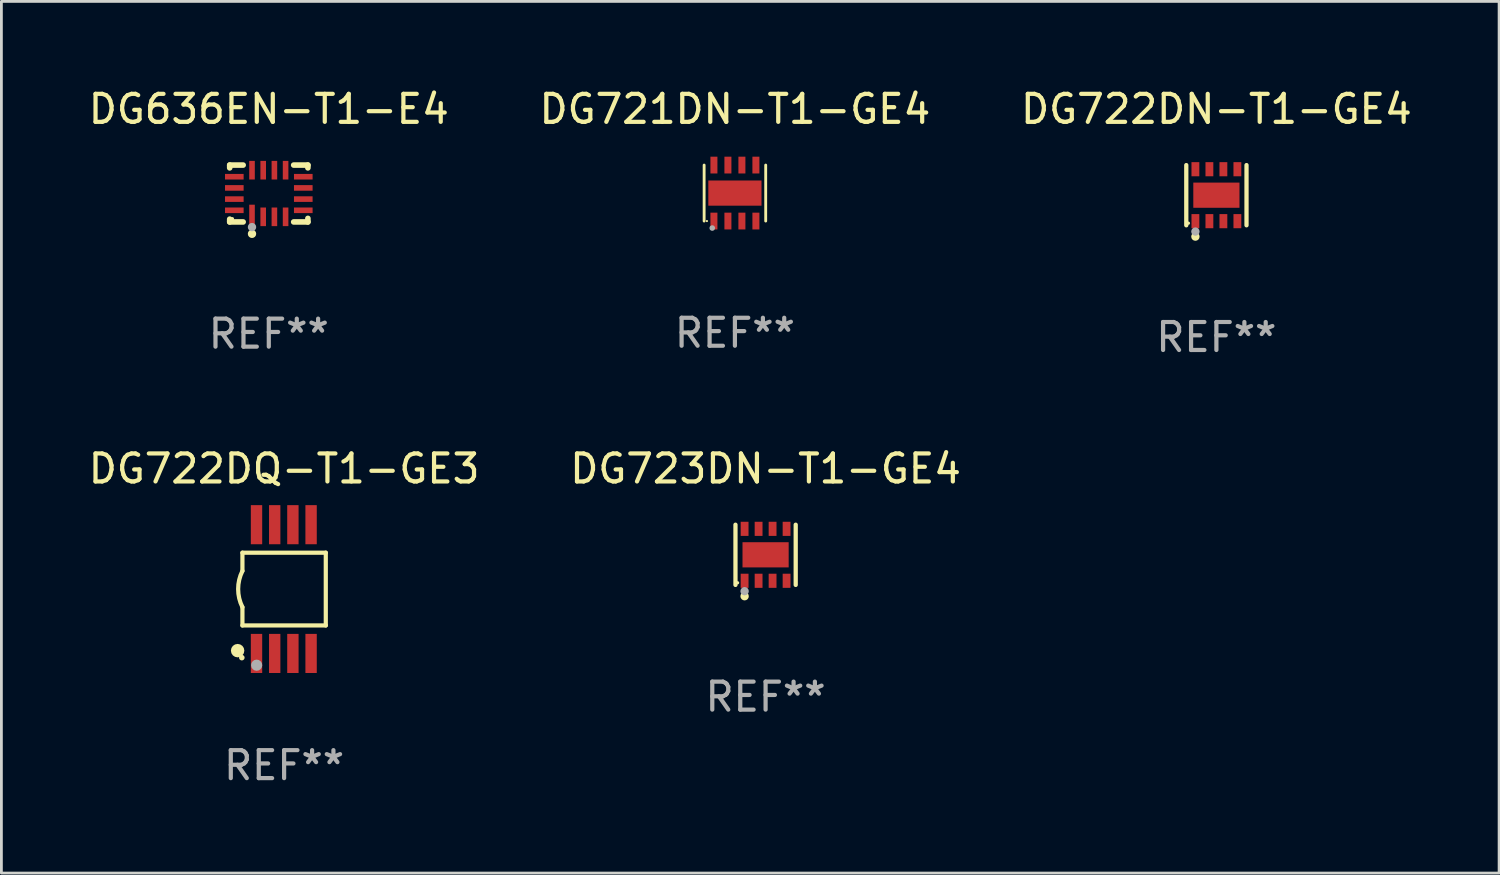
<source format=kicad_pcb>
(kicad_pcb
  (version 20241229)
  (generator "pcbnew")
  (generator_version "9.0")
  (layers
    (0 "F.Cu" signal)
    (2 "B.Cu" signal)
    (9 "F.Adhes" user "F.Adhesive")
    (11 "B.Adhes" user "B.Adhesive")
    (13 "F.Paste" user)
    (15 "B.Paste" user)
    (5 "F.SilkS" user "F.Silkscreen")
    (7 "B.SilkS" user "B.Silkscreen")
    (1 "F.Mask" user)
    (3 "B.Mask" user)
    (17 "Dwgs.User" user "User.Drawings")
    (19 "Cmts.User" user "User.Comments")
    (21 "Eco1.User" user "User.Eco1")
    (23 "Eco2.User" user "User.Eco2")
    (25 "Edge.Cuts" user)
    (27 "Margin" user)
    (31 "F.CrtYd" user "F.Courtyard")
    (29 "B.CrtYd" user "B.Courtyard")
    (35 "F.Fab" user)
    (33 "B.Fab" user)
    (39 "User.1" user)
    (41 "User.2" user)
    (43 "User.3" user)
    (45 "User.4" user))
  (footprint "DG721DN-T1-GE4"
    (layer "F.Cu")
    (at 23.208 3.848)
    (property "Reference" "DG721DN-T1-GE4" (at 0 -3 0) (layer "F.SilkS") (effects (font (size 1 1) (thickness 0.15))))
    (attr through_hole)
    (fp_line (start -1.1 1) (end -1.1 -1) (stroke (width 0.102) (type solid)) (layer "F.SilkS"))
    (fp_line (start 1.1 1) (end 1.1 -1) (stroke (width 0.102) (type solid)) (layer "F.SilkS"))
    (fp_circle (center -1 1) (end -0.98 1) (stroke (width 0.04) (type solid)) (fill no) (layer "F.SilkS"))
    (fp_circle (center -0.81 1.25) (end -0.76 1.25) (stroke (width 0.1) (type solid)) (fill no) (layer "F.Fab"))
    (fp_text user "REF**" (at 0 5 0) (layer "F.Fab") (effects (font (size 1 1) (thickness 0.15))))
    (pad "1" smd rect (at -0.75 1 90) (size 0.6 0.25) (layers "F.Cu" "F.Mask" "F.Paste"))
    (pad "2" smd rect (at -0.25 1 90) (size 0.6 0.25) (layers "F.Cu" "F.Mask" "F.Paste"))
    (pad "3" smd rect (at 0.25 1 90) (size 0.6 0.25) (layers "F.Cu" "F.Mask" "F.Paste"))
    (pad "4" smd rect (at 0.75 1 90) (size 0.6 0.25) (layers "F.Cu" "F.Mask" "F.Paste"))
    (pad "5" smd rect (at 0.75 -1 90) (size 0.6 0.25) (layers "F.Cu" "F.Mask" "F.Paste"))
    (pad "6" smd rect (at 0.25 -1 90) (size 0.6 0.25) (layers "F.Cu" "F.Mask" "F.Paste"))
    (pad "7" smd rect (at -0.25 -1 90) (size 0.6 0.25) (layers "F.Cu" "F.Mask" "F.Paste"))
    (pad "8" smd rect (at -0.75 -1 90) (size 0.6 0.25) (layers "F.Cu" "F.Mask" "F.Paste"))
    (pad "9" smd rect (at -0.000127 0.001 180) (size 1.9 0.9) (layers "F.Cu" "F.Mask" "F.Paste")))
  (footprint "DG636EN-T1-E4"
    (layer "F.Cu")
    (at 6.554 3.864)
    (property "Reference" "DG636EN-T1-E4" (at 0 -3.016 0) (layer "F.SilkS") (effects (font (size 1 1) (thickness 0.15))))
    (attr through_hole)
    (fp_line (start -1.397 -1.016) (end -1.397 -0.916) (stroke (width 0.2) (type solid)) (layer "F.SilkS"))
    (fp_line (start -1.397 0.916) (end -1.397 1.016) (stroke (width 0.2) (type solid)) (layer "F.SilkS"))
    (fp_line (start -1.397 1.016) (end -0.916 1.016) (stroke (width 0.2) (type solid)) (layer "F.SilkS"))
    (fp_line (start -0.916 -1.016) (end -1.397 -1.016) (stroke (width 0.2) (type solid)) (layer "F.SilkS"))
    (fp_line (start 0.889 -1.016) (end 1.397 -1.016) (stroke (width 0.2) (type solid)) (layer "F.SilkS"))
    (fp_line (start 1.397 -1.016) (end 1.397 -0.916) (stroke (width 0.2) (type solid)) (layer "F.SilkS"))
    (fp_line (start 1.397 0.889) (end 1.397 1.016) (stroke (width 0.2) (type solid)) (layer "F.SilkS"))
    (fp_line (start 1.397 1.016) (end 0.889 1.016) (stroke (width 0.2) (type solid)) (layer "F.SilkS"))
    (fp_circle (center -1.3 0.9) (end -1.27 0.9) (stroke (width 0.06) (type solid)) (fill no) (layer "F.SilkS"))
    (fp_circle (center -0.6 1.44) (end -0.525 1.44) (stroke (width 0.15) (type solid)) (fill no) (layer "F.SilkS"))
    (fp_circle (center -0.6 1.2) (end -0.525 1.2) (stroke (width 0.15) (type solid)) (fill no) (layer "F.Fab"))
    (fp_text user "REF**" (at 0 5.016 0) (layer "F.Fab") (effects (font (size 1 1) (thickness 0.15))))
    (pad "1" smd rect (at -0.6 0.782) (size 0.2 0.765) (layers "F.Cu" "F.Mask" "F.Paste"))
    (pad "2" smd rect (at -0.2 0.833) (size 0.2 0.665) (layers "F.Cu" "F.Mask" "F.Paste"))
    (pad "3" smd rect (at 0.2 0.833) (size 0.2 0.665) (layers "F.Cu" "F.Mask" "F.Paste"))
    (pad "4" smd rect (at 0.6 0.833) (size 0.2 0.665) (layers "F.Cu" "F.Mask" "F.Paste"))
    (pad "5" smd rect (at 1.232 0.6) (size 0.665 0.2) (layers "F.Cu" "F.Mask" "F.Paste"))
    (pad "6" smd rect (at 1.232 0.2) (size 0.665 0.2) (layers "F.Cu" "F.Mask" "F.Paste"))
    (pad "7" smd rect (at 1.232 -0.2) (size 0.665 0.2) (layers "F.Cu" "F.Mask" "F.Paste"))
    (pad "8" smd rect (at 1.232 -0.6) (size 0.665 0.2) (layers "F.Cu" "F.Mask" "F.Paste"))
    (pad "9" smd rect (at 0.6 -0.833) (size 0.2 0.665) (layers "F.Cu" "F.Mask" "F.Paste"))
    (pad "10" smd rect (at 0.2 -0.833) (size 0.2 0.665) (layers "F.Cu" "F.Mask" "F.Paste"))
    (pad "11" smd rect (at -0.2 -0.833) (size 0.2 0.665) (layers "F.Cu" "F.Mask" "F.Paste"))
    (pad "12" smd rect (at -0.6 -0.833) (size 0.2 0.665) (layers "F.Cu" "F.Mask" "F.Paste"))
    (pad "13" smd rect (at -1.232 -0.6) (size 0.665 0.2) (layers "F.Cu" "F.Mask" "F.Paste"))
    (pad "14" smd rect (at -1.232 -0.2) (size 0.665 0.2) (layers "F.Cu" "F.Mask" "F.Paste"))
    (pad "15" smd rect (at -1.232 0.2) (size 0.665 0.2) (layers "F.Cu" "F.Mask" "F.Paste"))
    (pad "16" smd rect (at -1.232 0.6) (size 0.665 0.2) (layers "F.Cu" "F.Mask" "F.Paste")))
  (footprint "DG723DN-T1-GE4"
    (layer "F.Cu")
    (at 24.304 16.773)
    (property "Reference" "DG723DN-T1-GE4" (at 0 -3.076 0) (layer "F.SilkS") (effects (font (size 1 1) (thickness 0.15))))
    (attr through_hole)
    (fp_line (start -1.076 1.076) (end -1.076 -1.076) (stroke (width 0.152) (type solid)) (layer "F.SilkS"))
    (fp_line (start 1.076 1.076) (end 1.076 -1.076) (stroke (width 0.152) (type solid)) (layer "F.SilkS"))
    (fp_circle (center -1 1) (end -0.97 1) (stroke (width 0.06) (type solid)) (fill no) (layer "F.SilkS"))
    (fp_circle (center -0.75 1.48) (end -0.675 1.48) (stroke (width 0.15) (type solid)) (fill no) (layer "F.SilkS"))
    (fp_circle (center -0.75 1.3) (end -0.675 1.3) (stroke (width 0.15) (type solid)) (fill no) (layer "F.Fab"))
    (fp_text user "REF**" (at 0 5.076 0) (layer "F.Fab") (effects (font (size 1 1) (thickness 0.15))))
    (pad "1" smd rect (at -0.75 0.928) (size 0.28 0.505) (layers "F.Cu" "F.Mask" "F.Paste"))
    (pad "2" smd rect (at -0.25 0.928) (size 0.28 0.505) (layers "F.Cu" "F.Mask" "F.Paste"))
    (pad "3" smd rect (at 0.25 0.928) (size 0.28 0.505) (layers "F.Cu" "F.Mask" "F.Paste"))
    (pad "4" smd rect (at 0.75 0.928) (size 0.28 0.505) (layers "F.Cu" "F.Mask" "F.Paste"))
    (pad "5" smd rect (at 0.75 -0.928) (size 0.28 0.505) (layers "F.Cu" "F.Mask" "F.Paste"))
    (pad "6" smd rect (at 0.25 -0.928) (size 0.28 0.505) (layers "F.Cu" "F.Mask" "F.Paste"))
    (pad "7" smd rect (at -0.25 -0.928) (size 0.28 0.505) (layers "F.Cu" "F.Mask" "F.Paste"))
    (pad "8" smd rect (at -0.75 -0.928) (size 0.28 0.505) (layers "F.Cu" "F.Mask" "F.Paste"))
    (pad "9" smd rect (at 0 0) (size 1.65 0.9) (layers "F.Cu" "F.Mask" "F.Paste")))
  (footprint "DG722DN-T1-GE4"
    (layer "F.Cu")
    (at 40.411 3.924)
    (property "Reference" "DG722DN-T1-GE4" (at 0 -3.076 0) (layer "F.SilkS") (effects (font (size 1 1) (thickness 0.15))))
    (attr through_hole)
    (fp_line (start -1.076 1.076) (end -1.076 -1.076) (stroke (width 0.152) (type solid)) (layer "F.SilkS"))
    (fp_line (start 1.076 1.076) (end 1.076 -1.076) (stroke (width 0.152) (type solid)) (layer "F.SilkS"))
    (fp_circle (center -1 1) (end -0.97 1) (stroke (width 0.06) (type solid)) (fill no) (layer "F.SilkS"))
    (fp_circle (center -0.75 1.48) (end -0.675 1.48) (stroke (width 0.15) (type solid)) (fill no) (layer "F.SilkS"))
    (fp_circle (center -0.75 1.3) (end -0.675 1.3) (stroke (width 0.15) (type solid)) (fill no) (layer "F.Fab"))
    (fp_text user "REF**" (at 0 5.076 0) (layer "F.Fab") (effects (font (size 1 1) (thickness 0.15))))
    (pad "1" smd rect (at -0.75 0.928) (size 0.28 0.505) (layers "F.Cu" "F.Mask" "F.Paste"))
    (pad "2" smd rect (at -0.25 0.928) (size 0.28 0.505) (layers "F.Cu" "F.Mask" "F.Paste"))
    (pad "3" smd rect (at 0.25 0.928) (size 0.28 0.505) (layers "F.Cu" "F.Mask" "F.Paste"))
    (pad "4" smd rect (at 0.75 0.928) (size 0.28 0.505) (layers "F.Cu" "F.Mask" "F.Paste"))
    (pad "5" smd rect (at 0.75 -0.928) (size 0.28 0.505) (layers "F.Cu" "F.Mask" "F.Paste"))
    (pad "6" smd rect (at 0.25 -0.928) (size 0.28 0.505) (layers "F.Cu" "F.Mask" "F.Paste"))
    (pad "7" smd rect (at -0.25 -0.928) (size 0.28 0.505) (layers "F.Cu" "F.Mask" "F.Paste"))
    (pad "8" smd rect (at -0.75 -0.928) (size 0.28 0.505) (layers "F.Cu" "F.Mask" "F.Paste"))
    (pad "9" smd rect (at 0 0) (size 1.65 0.9) (layers "F.Cu" "F.Mask" "F.Paste")))
  (footprint "DG722DQ-T1-GE3"
    (layer "F.Cu")
    (at 7.101 17.997)
    (property "Reference" "DG722DQ-T1-GE3" (at 0 -4.3 0) (layer "F.SilkS") (effects (font (size 1 1) (thickness 0.15))))
    (attr through_hole)
    (fp_line (start -1.489 -1.3) (end -1.489 -0.648) (stroke (width 0.15) (type solid)) (layer "F.SilkS"))
    (fp_line (start -1.489 0.648) (end -1.489 1.3) (stroke (width 0.15) (type solid)) (layer "F.SilkS"))
    (fp_line (start -1.489 1.3) (end 1.489 1.3) (stroke (width 0.15) (type solid)) (layer "F.SilkS"))
    (fp_line (start 1.489 -1.3) (end -1.489 -1.3) (stroke (width 0.15) (type solid)) (layer "F.SilkS"))
    (fp_line (start 1.489 1.3) (end 1.489 -1.3) (stroke (width 0.15) (type solid)) (layer "F.SilkS"))
    (fp_arc (start -1.489205 0.647702) (mid -1.642107 0) (end -1.489205 -0.647701) (stroke (width 0.150013) (type solid)) (layer "F.SilkS"))
    (fp_circle (center -1.661 2.2) (end -1.541 2.2) (stroke (width 0.24) (type solid)) (fill no) (layer "F.SilkS"))
    (fp_circle (center -1.511 2.45) (end -1.461 2.45) (stroke (width 0.1) (type solid)) (fill no) (layer "F.SilkS"))
    (fp_circle (center -0.981 2.72) (end -0.881 2.72) (stroke (width 0.2) (type solid)) (fill no) (layer "F.Fab"))
    (fp_text user "REF**" (at 0 6.3 0) (layer "F.Fab") (effects (font (size 1 1) (thickness 0.15))))
    (pad "1" smd rect (at -0.986 2.3) (size 0.406 1.397) (layers "F.Cu" "F.Mask" "F.Paste"))
    (pad "2" smd rect (at -0.336 2.3) (size 0.406 1.397) (layers "F.Cu" "F.Mask" "F.Paste"))
    (pad "3" smd rect (at 0.314 2.3) (size 0.406 1.397) (layers "F.Cu" "F.Mask" "F.Paste"))
    (pad "4" smd rect (at 0.964 2.3) (size 0.406 1.397) (layers "F.Cu" "F.Mask" "F.Paste"))
    (pad "5" smd rect (at 0.964 -2.3) (size 0.406 1.397) (layers "F.Cu" "F.Mask" "F.Paste"))
    (pad "6" smd rect (at 0.314 -2.3) (size 0.406 1.397) (layers "F.Cu" "F.Mask" "F.Paste"))
    (pad "7" smd rect (at -0.336 -2.3) (size 0.406 1.397) (layers "F.Cu" "F.Mask" "F.Paste"))
    (pad "8" smd rect (at -0.986 -2.3) (size 0.406 1.397) (layers "F.Cu" "F.Mask" "F.Paste")))
  (gr_rect
    (start -3 -3)
    (end 50.512 28.145)
    (stroke (width 0.1) (type default))
    (fill no)
    (layer "Edge.Cuts")))
</source>
